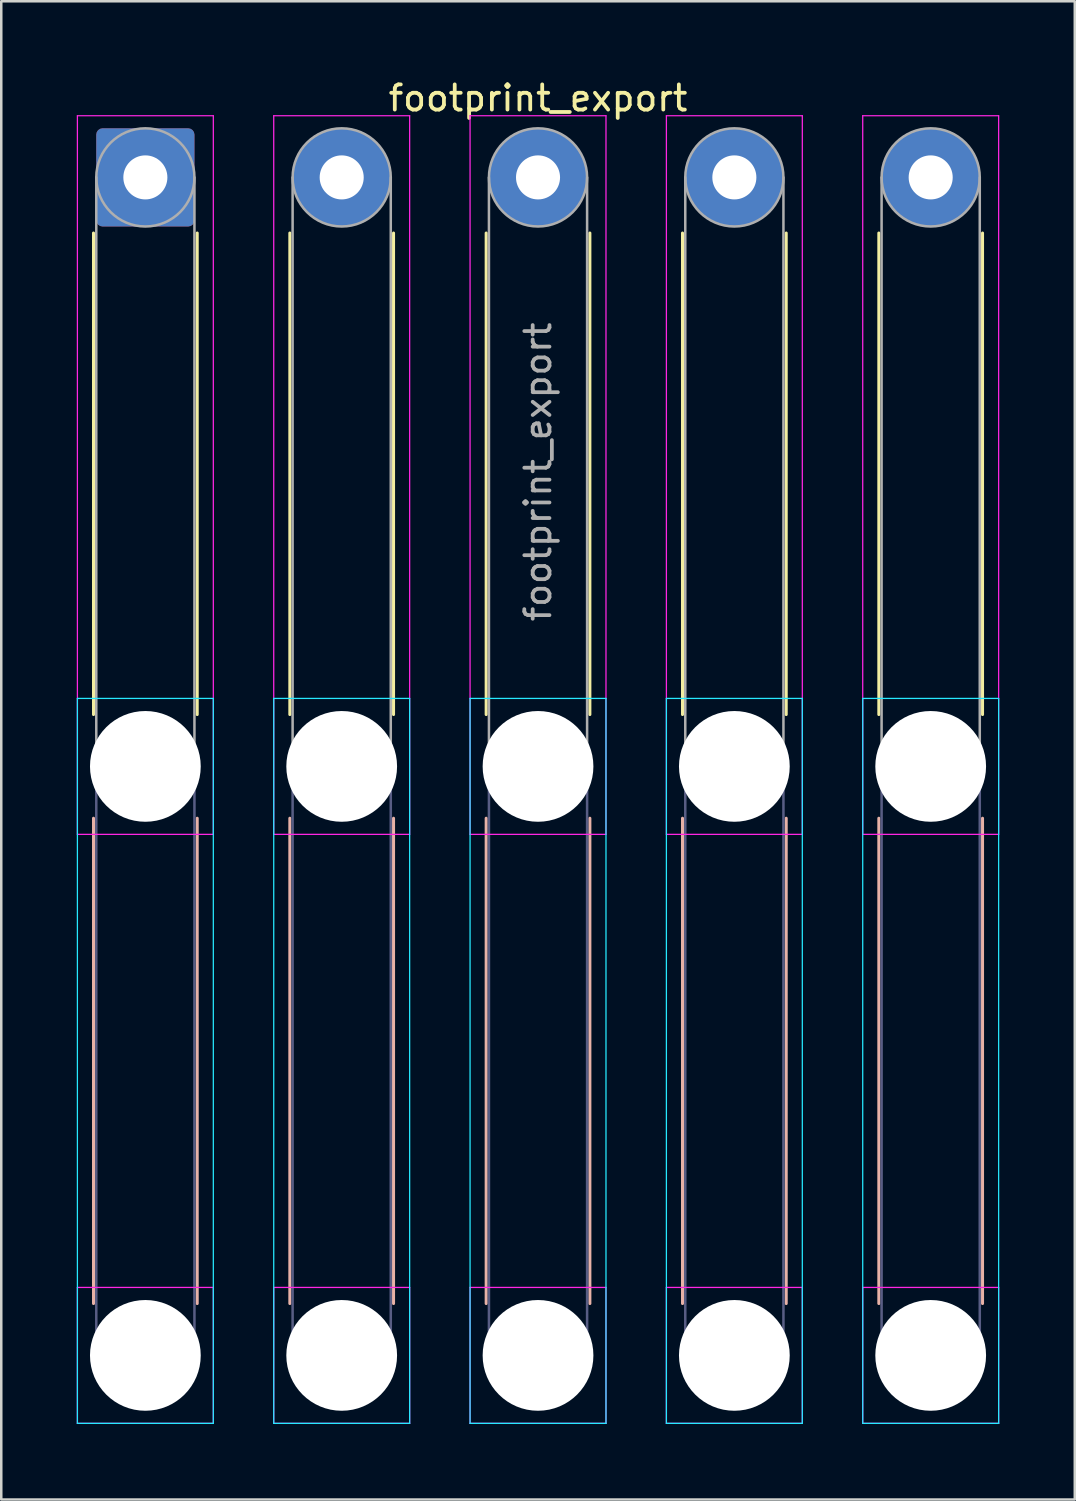
<source format=kicad_pcb>
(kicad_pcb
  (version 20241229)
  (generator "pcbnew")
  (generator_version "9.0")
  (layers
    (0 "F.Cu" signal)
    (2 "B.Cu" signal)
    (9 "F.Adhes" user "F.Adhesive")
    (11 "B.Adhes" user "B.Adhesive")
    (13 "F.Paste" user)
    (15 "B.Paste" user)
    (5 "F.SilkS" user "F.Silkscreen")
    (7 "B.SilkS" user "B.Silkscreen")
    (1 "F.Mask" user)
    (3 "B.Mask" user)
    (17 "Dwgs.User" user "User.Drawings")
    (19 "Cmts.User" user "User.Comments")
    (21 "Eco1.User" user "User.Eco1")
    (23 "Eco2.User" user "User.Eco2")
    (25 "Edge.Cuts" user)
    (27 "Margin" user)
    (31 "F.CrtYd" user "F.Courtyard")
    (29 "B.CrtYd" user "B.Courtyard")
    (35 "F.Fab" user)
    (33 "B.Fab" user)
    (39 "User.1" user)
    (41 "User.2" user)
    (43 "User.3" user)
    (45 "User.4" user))
  (footprint "footprint_export"
    (layer "F.Cu")
    (at 2.725 3.998)
    (property "Reference" "footprint_export" (at 15.6 -3.15 0) (layer "F.SilkS") (effects (font (size 1 1) (thickness 0.15))))
    (attr exclude_from_pos_files exclude_from_bom)
    (fp_line (start -2.06 2.21) (end -2.06 21.34) (stroke (width 0.12) (type solid)) (layer "F.SilkS"))
    (fp_line (start 2.06 2.21) (end 2.06 21.34) (stroke (width 0.12) (type solid)) (layer "F.SilkS"))
    (fp_line (start 5.74 2.21) (end 5.74 21.34) (stroke (width 0.12) (type solid)) (layer "F.SilkS"))
    (fp_line (start 9.86 2.21) (end 9.86 21.34) (stroke (width 0.12) (type solid)) (layer "F.SilkS"))
    (fp_line (start 13.54 2.21) (end 13.54 21.34) (stroke (width 0.12) (type solid)) (layer "F.SilkS"))
    (fp_line (start 17.66 2.21) (end 17.66 21.34) (stroke (width 0.12) (type solid)) (layer "F.SilkS"))
    (fp_line (start 21.34 2.21) (end 21.34 21.34) (stroke (width 0.12) (type solid)) (layer "F.SilkS"))
    (fp_line (start 25.46 2.21) (end 25.46 21.34) (stroke (width 0.12) (type solid)) (layer "F.SilkS"))
    (fp_line (start 29.14 2.21) (end 29.14 21.34) (stroke (width 0.12) (type solid)) (layer "F.SilkS"))
    (fp_line (start 33.26 2.21) (end 33.26 21.34) (stroke (width 0.12) (type solid)) (layer "F.SilkS"))
    (fp_line (start -2.06 25.46) (end -2.06 44.74) (stroke (width 0.12) (type solid)) (layer "B.SilkS"))
    (fp_line (start 2.06 25.46) (end 2.06 44.74) (stroke (width 0.12) (type solid)) (layer "B.SilkS"))
    (fp_line (start 5.74 25.46) (end 5.74 44.74) (stroke (width 0.12) (type solid)) (layer "B.SilkS"))
    (fp_line (start 9.86 25.46) (end 9.86 44.74) (stroke (width 0.12) (type solid)) (layer "B.SilkS"))
    (fp_line (start 13.54 25.46) (end 13.54 44.74) (stroke (width 0.12) (type solid)) (layer "B.SilkS"))
    (fp_line (start 17.66 25.46) (end 17.66 44.74) (stroke (width 0.12) (type solid)) (layer "B.SilkS"))
    (fp_line (start 21.34 25.46) (end 21.34 44.74) (stroke (width 0.12) (type solid)) (layer "B.SilkS"))
    (fp_line (start 25.46 25.46) (end 25.46 44.74) (stroke (width 0.12) (type solid)) (layer "B.SilkS"))
    (fp_line (start 29.14 25.46) (end 29.14 44.74) (stroke (width 0.12) (type solid)) (layer "B.SilkS"))
    (fp_line (start 33.26 25.46) (end 33.26 44.74) (stroke (width 0.12) (type solid)) (layer "B.SilkS"))
    (fp_line (start -2.7 20.7) (end -2.7 49.5) (stroke (width 0.05) (type solid)) (layer "B.CrtYd"))
    (fp_line (start -2.7 49.5) (end 2.7 49.5) (stroke (width 0.05) (type solid)) (layer "B.CrtYd"))
    (fp_line (start 2.7 20.7) (end -2.7 20.7) (stroke (width 0.05) (type solid)) (layer "B.CrtYd"))
    (fp_line (start 2.7 49.5) (end 2.7 20.7) (stroke (width 0.05) (type solid)) (layer "B.CrtYd"))
    (fp_line (start 5.1 20.7) (end 5.1 49.5) (stroke (width 0.05) (type solid)) (layer "B.CrtYd"))
    (fp_line (start 5.1 49.5) (end 10.5 49.5) (stroke (width 0.05) (type solid)) (layer "B.CrtYd"))
    (fp_line (start 10.5 20.7) (end 5.1 20.7) (stroke (width 0.05) (type solid)) (layer "B.CrtYd"))
    (fp_line (start 10.5 49.5) (end 10.5 20.7) (stroke (width 0.05) (type solid)) (layer "B.CrtYd"))
    (fp_line (start 12.9 20.7) (end 12.9 49.5) (stroke (width 0.05) (type solid)) (layer "B.CrtYd"))
    (fp_line (start 12.9 49.5) (end 18.3 49.5) (stroke (width 0.05) (type solid)) (layer "B.CrtYd"))
    (fp_line (start 18.3 20.7) (end 12.9 20.7) (stroke (width 0.05) (type solid)) (layer "B.CrtYd"))
    (fp_line (start 18.3 49.5) (end 18.3 20.7) (stroke (width 0.05) (type solid)) (layer "B.CrtYd"))
    (fp_line (start 20.7 20.7) (end 20.7 49.5) (stroke (width 0.05) (type solid)) (layer "B.CrtYd"))
    (fp_line (start 20.7 49.5) (end 26.1 49.5) (stroke (width 0.05) (type solid)) (layer "B.CrtYd"))
    (fp_line (start 26.1 20.7) (end 20.7 20.7) (stroke (width 0.05) (type solid)) (layer "B.CrtYd"))
    (fp_line (start 26.1 49.5) (end 26.1 20.7) (stroke (width 0.05) (type solid)) (layer "B.CrtYd"))
    (fp_line (start 28.5 20.7) (end 28.5 49.5) (stroke (width 0.05) (type solid)) (layer "B.CrtYd"))
    (fp_line (start 28.5 49.5) (end 33.9 49.5) (stroke (width 0.05) (type solid)) (layer "B.CrtYd"))
    (fp_line (start 33.9 20.7) (end 28.5 20.7) (stroke (width 0.05) (type solid)) (layer "B.CrtYd"))
    (fp_line (start 33.9 49.5) (end 33.9 20.7) (stroke (width 0.05) (type solid)) (layer "B.CrtYd"))
    (fp_line (start -2.7 -2.45) (end -2.7 26.1) (stroke (width 0.05) (type solid)) (layer "F.CrtYd"))
    (fp_line (start -2.7 26.1) (end 2.7 26.1) (stroke (width 0.05) (type solid)) (layer "F.CrtYd"))
    (fp_line (start -2.7 44.1) (end -2.7 49.5) (stroke (width 0.05) (type solid)) (layer "F.CrtYd"))
    (fp_line (start -2.7 49.5) (end 2.7 49.5) (stroke (width 0.05) (type solid)) (layer "F.CrtYd"))
    (fp_line (start 2.7 -2.45) (end -2.7 -2.45) (stroke (width 0.05) (type solid)) (layer "F.CrtYd"))
    (fp_line (start 2.7 26.1) (end 2.7 -2.45) (stroke (width 0.05) (type solid)) (layer "F.CrtYd"))
    (fp_line (start 2.7 44.1) (end -2.7 44.1) (stroke (width 0.05) (type solid)) (layer "F.CrtYd"))
    (fp_line (start 2.7 49.5) (end 2.7 44.1) (stroke (width 0.05) (type solid)) (layer "F.CrtYd"))
    (fp_line (start 5.1 -2.45) (end 5.1 26.1) (stroke (width 0.05) (type solid)) (layer "F.CrtYd"))
    (fp_line (start 5.1 26.1) (end 10.5 26.1) (stroke (width 0.05) (type solid)) (layer "F.CrtYd"))
    (fp_line (start 5.1 44.1) (end 5.1 49.5) (stroke (width 0.05) (type solid)) (layer "F.CrtYd"))
    (fp_line (start 5.1 49.5) (end 10.5 49.5) (stroke (width 0.05) (type solid)) (layer "F.CrtYd"))
    (fp_line (start 10.5 -2.45) (end 5.1 -2.45) (stroke (width 0.05) (type solid)) (layer "F.CrtYd"))
    (fp_line (start 10.5 26.1) (end 10.5 -2.45) (stroke (width 0.05) (type solid)) (layer "F.CrtYd"))
    (fp_line (start 10.5 44.1) (end 5.1 44.1) (stroke (width 0.05) (type solid)) (layer "F.CrtYd"))
    (fp_line (start 10.5 49.5) (end 10.5 44.1) (stroke (width 0.05) (type solid)) (layer "F.CrtYd"))
    (fp_line (start 12.9 -2.45) (end 12.9 26.1) (stroke (width 0.05) (type solid)) (layer "F.CrtYd"))
    (fp_line (start 12.9 26.1) (end 18.3 26.1) (stroke (width 0.05) (type solid)) (layer "F.CrtYd"))
    (fp_line (start 12.9 44.1) (end 12.9 49.5) (stroke (width 0.05) (type solid)) (layer "F.CrtYd"))
    (fp_line (start 12.9 49.5) (end 18.3 49.5) (stroke (width 0.05) (type solid)) (layer "F.CrtYd"))
    (fp_line (start 18.3 -2.45) (end 12.9 -2.45) (stroke (width 0.05) (type solid)) (layer "F.CrtYd"))
    (fp_line (start 18.3 26.1) (end 18.3 -2.45) (stroke (width 0.05) (type solid)) (layer "F.CrtYd"))
    (fp_line (start 18.3 44.1) (end 12.9 44.1) (stroke (width 0.05) (type solid)) (layer "F.CrtYd"))
    (fp_line (start 18.3 49.5) (end 18.3 44.1) (stroke (width 0.05) (type solid)) (layer "F.CrtYd"))
    (fp_line (start 20.7 -2.45) (end 20.7 26.1) (stroke (width 0.05) (type solid)) (layer "F.CrtYd"))
    (fp_line (start 20.7 26.1) (end 26.1 26.1) (stroke (width 0.05) (type solid)) (layer "F.CrtYd"))
    (fp_line (start 20.7 44.1) (end 20.7 49.5) (stroke (width 0.05) (type solid)) (layer "F.CrtYd"))
    (fp_line (start 20.7 49.5) (end 26.1 49.5) (stroke (width 0.05) (type solid)) (layer "F.CrtYd"))
    (fp_line (start 26.1 -2.45) (end 20.7 -2.45) (stroke (width 0.05) (type solid)) (layer "F.CrtYd"))
    (fp_line (start 26.1 26.1) (end 26.1 -2.45) (stroke (width 0.05) (type solid)) (layer "F.CrtYd"))
    (fp_line (start 26.1 44.1) (end 20.7 44.1) (stroke (width 0.05) (type solid)) (layer "F.CrtYd"))
    (fp_line (start 26.1 49.5) (end 26.1 44.1) (stroke (width 0.05) (type solid)) (layer "F.CrtYd"))
    (fp_line (start 28.5 -2.45) (end 28.5 26.1) (stroke (width 0.05) (type solid)) (layer "F.CrtYd"))
    (fp_line (start 28.5 26.1) (end 33.9 26.1) (stroke (width 0.05) (type solid)) (layer "F.CrtYd"))
    (fp_line (start 28.5 44.1) (end 28.5 49.5) (stroke (width 0.05) (type solid)) (layer "F.CrtYd"))
    (fp_line (start 28.5 49.5) (end 33.9 49.5) (stroke (width 0.05) (type solid)) (layer "F.CrtYd"))
    (fp_line (start 33.9 -2.45) (end 28.5 -2.45) (stroke (width 0.05) (type solid)) (layer "F.CrtYd"))
    (fp_line (start 33.9 26.1) (end 33.9 -2.45) (stroke (width 0.05) (type solid)) (layer "F.CrtYd"))
    (fp_line (start 33.9 44.1) (end 28.5 44.1) (stroke (width 0.05) (type solid)) (layer "F.CrtYd"))
    (fp_line (start 33.9 49.5) (end 33.9 44.1) (stroke (width 0.05) (type solid)) (layer "F.CrtYd"))
    (fp_line (start -1.95 23.4) (end -1.95 46.8) (stroke (width 0.1) (type solid)) (layer "B.Fab"))
    (fp_line (start 1.95 23.4) (end 1.95 46.8) (stroke (width 0.1) (type solid)) (layer "B.Fab"))
    (fp_line (start 5.85 23.4) (end 5.85 46.8) (stroke (width 0.1) (type solid)) (layer "B.Fab"))
    (fp_line (start 9.75 23.4) (end 9.75 46.8) (stroke (width 0.1) (type solid)) (layer "B.Fab"))
    (fp_line (start 13.65 23.4) (end 13.65 46.8) (stroke (width 0.1) (type solid)) (layer "B.Fab"))
    (fp_line (start 17.55 23.4) (end 17.55 46.8) (stroke (width 0.1) (type solid)) (layer "B.Fab"))
    (fp_line (start 21.45 23.4) (end 21.45 46.8) (stroke (width 0.1) (type solid)) (layer "B.Fab"))
    (fp_line (start 25.35 23.4) (end 25.35 46.8) (stroke (width 0.1) (type solid)) (layer "B.Fab"))
    (fp_line (start 29.25 23.4) (end 29.25 46.8) (stroke (width 0.1) (type solid)) (layer "B.Fab"))
    (fp_line (start 33.15 23.4) (end 33.15 46.8) (stroke (width 0.1) (type solid)) (layer "B.Fab"))
    (fp_circle (center 0 23.4) (end 1.95 23.4) (stroke (width 0.1) (type solid)) (fill no) (layer "B.Fab"))
    (fp_circle (center 0 46.8) (end 1.95 46.8) (stroke (width 0.1) (type solid)) (fill no) (layer "B.Fab"))
    (fp_circle (center 7.8 23.4) (end 9.75 23.4) (stroke (width 0.1) (type solid)) (fill no) (layer "B.Fab"))
    (fp_circle (center 7.8 46.8) (end 9.75 46.8) (stroke (width 0.1) (type solid)) (fill no) (layer "B.Fab"))
    (fp_circle (center 15.6 23.4) (end 17.55 23.4) (stroke (width 0.1) (type solid)) (fill no) (layer "B.Fab"))
    (fp_circle (center 15.6 46.8) (end 17.55 46.8) (stroke (width 0.1) (type solid)) (fill no) (layer "B.Fab"))
    (fp_circle (center 23.4 23.4) (end 25.35 23.4) (stroke (width 0.1) (type solid)) (fill no) (layer "B.Fab"))
    (fp_circle (center 23.4 46.8) (end 25.35 46.8) (stroke (width 0.1) (type solid)) (fill no) (layer "B.Fab"))
    (fp_circle (center 31.2 23.4) (end 33.15 23.4) (stroke (width 0.1) (type solid)) (fill no) (layer "B.Fab"))
    (fp_circle (center 31.2 46.8) (end 33.15 46.8) (stroke (width 0.1) (type solid)) (fill no) (layer "B.Fab"))
    (fp_line (start -1.95 0) (end -1.95 23.4) (stroke (width 0.1) (type solid)) (layer "F.Fab"))
    (fp_line (start 1.95 0) (end 1.95 23.4) (stroke (width 0.1) (type solid)) (layer "F.Fab"))
    (fp_line (start 5.85 0) (end 5.85 23.4) (stroke (width 0.1) (type solid)) (layer "F.Fab"))
    (fp_line (start 9.75 0) (end 9.75 23.4) (stroke (width 0.1) (type solid)) (layer "F.Fab"))
    (fp_line (start 13.65 0) (end 13.65 23.4) (stroke (width 0.1) (type solid)) (layer "F.Fab"))
    (fp_line (start 17.55 0) (end 17.55 23.4) (stroke (width 0.1) (type solid)) (layer "F.Fab"))
    (fp_line (start 21.45 0) (end 21.45 23.4) (stroke (width 0.1) (type solid)) (layer "F.Fab"))
    (fp_line (start 25.35 0) (end 25.35 23.4) (stroke (width 0.1) (type solid)) (layer "F.Fab"))
    (fp_line (start 29.25 0) (end 29.25 23.4) (stroke (width 0.1) (type solid)) (layer "F.Fab"))
    (fp_line (start 33.15 0) (end 33.15 23.4) (stroke (width 0.1) (type solid)) (layer "F.Fab"))
    (fp_circle (center 0 0) (end 1.95 0) (stroke (width 0.1) (type solid)) (fill no) (layer "F.Fab"))
    (fp_circle (center 0 23.4) (end 1.95 23.4) (stroke (width 0.1) (type solid)) (fill no) (layer "F.Fab"))
    (fp_circle (center 0 46.8) (end 1.95 46.8) (stroke (width 0.1) (type solid)) (fill no) (layer "F.Fab"))
    (fp_circle (center 7.8 0) (end 9.75 0) (stroke (width 0.1) (type solid)) (fill no) (layer "F.Fab"))
    (fp_circle (center 7.8 23.4) (end 9.75 23.4) (stroke (width 0.1) (type solid)) (fill no) (layer "F.Fab"))
    (fp_circle (center 7.8 46.8) (end 9.75 46.8) (stroke (width 0.1) (type solid)) (fill no) (layer "F.Fab"))
    (fp_circle (center 15.6 0) (end 17.55 0) (stroke (width 0.1) (type solid)) (fill no) (layer "F.Fab"))
    (fp_circle (center 15.6 23.4) (end 17.55 23.4) (stroke (width 0.1) (type solid)) (fill no) (layer "F.Fab"))
    (fp_circle (center 15.6 46.8) (end 17.55 46.8) (stroke (width 0.1) (type solid)) (fill no) (layer "F.Fab"))
    (fp_circle (center 23.4 0) (end 25.35 0) (stroke (width 0.1) (type solid)) (fill no) (layer "F.Fab"))
    (fp_circle (center 23.4 23.4) (end 25.35 23.4) (stroke (width 0.1) (type solid)) (fill no) (layer "F.Fab"))
    (fp_circle (center 23.4 46.8) (end 25.35 46.8) (stroke (width 0.1) (type solid)) (fill no) (layer "F.Fab"))
    (fp_circle (center 31.2 0) (end 33.15 0) (stroke (width 0.1) (type solid)) (fill no) (layer "F.Fab"))
    (fp_circle (center 31.2 23.4) (end 33.15 23.4) (stroke (width 0.1) (type solid)) (fill no) (layer "F.Fab"))
    (fp_circle (center 31.2 46.8) (end 33.15 46.8) (stroke (width 0.1) (type solid)) (fill no) (layer "F.Fab"))
    (fp_text user "${REFERENCE}" (at 15.6 11.7 90) (layer "F.Fab") (effects (font (size 1 1) (thickness 0.15))))
    (pad "" np_thru_hole circle (at 0 23.4) (size 4.4 4.4) (drill 4.4) (layers "*.Cu" "*.Mask"))
    (pad "" np_thru_hole circle (at 0 46.8) (size 4.4 4.4) (drill 4.4) (layers "*.Cu" "*.Mask"))
    (pad "" np_thru_hole circle (at 7.8 23.4) (size 4.4 4.4) (drill 4.4) (layers "*.Cu" "*.Mask"))
    (pad "" np_thru_hole circle (at 7.8 46.8) (size 4.4 4.4) (drill 4.4) (layers "*.Cu" "*.Mask"))
    (pad "" np_thru_hole circle (at 15.6 23.4) (size 4.4 4.4) (drill 4.4) (layers "*.Cu" "*.Mask"))
    (pad "" np_thru_hole circle (at 15.6 46.8) (size 4.4 4.4) (drill 4.4) (layers "*.Cu" "*.Mask"))
    (pad "" np_thru_hole circle (at 23.4 23.4) (size 4.4 4.4) (drill 4.4) (layers "*.Cu" "*.Mask"))
    (pad "" np_thru_hole circle (at 23.4 46.8) (size 4.4 4.4) (drill 4.4) (layers "*.Cu" "*.Mask"))
    (pad "" np_thru_hole circle (at 31.2 23.4) (size 4.4 4.4) (drill 4.4) (layers "*.Cu" "*.Mask"))
    (pad "" np_thru_hole circle (at 31.2 46.8) (size 4.4 4.4) (drill 4.4) (layers "*.Cu" "*.Mask"))
    (pad "1" thru_hole roundrect (at 0 0) (size 3.9 3.9) (drill 1.75) (layers "*.Cu" "*.Mask") (roundrect_rratio 0.064))
    (pad "2" thru_hole circle (at 7.8 0) (size 3.9 3.9) (drill 1.75) (layers "*.Cu" "*.Mask"))
    (pad "3" thru_hole circle (at 15.6 0) (size 3.9 3.9) (drill 1.75) (layers "*.Cu" "*.Mask"))
    (pad "4" thru_hole circle (at 23.4 0) (size 3.9 3.9) (drill 1.75) (layers "*.Cu" "*.Mask"))
    (pad "5" thru_hole circle (at 31.2 0) (size 3.9 3.9) (drill 1.75) (layers "*.Cu" "*.Mask")))
  (gr_rect
    (start -3 -3)
    (end 39.65 56.523)
    (stroke (width 0.1) (type default))
    (fill no)
    (layer "Edge.Cuts")))
</source>
